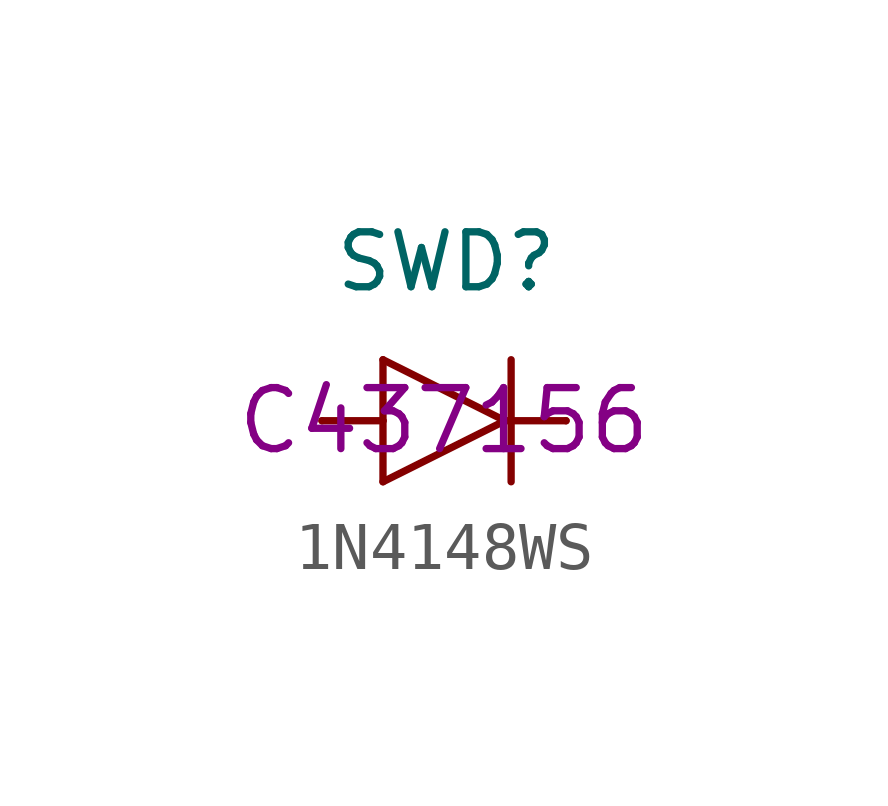
<source format=kicad_sym>
(kicad_symbol_lib
  (version 20231120)
  (generator "kicad_symbol_editor")
  (generator_version "8.0")
  (symbol "1N4148WS"
    (pin_numbers hide)
    (pin_names
      (offset 0) hide)
    (property "Reference" "SWD"
      (at -2.311 2.642 0)
      (effects (font (size 1.143 1.143)) (justify left bottom)))
    (property "LCSC Part" "C437156"
      (at 0 0 0)
      (effects (font (size 1.27 1.27))))
    (symbol "1N4148WS_1_0"
      (polyline (pts (xy -2.54 0) (xy -1.27 0)) (stroke (width 0) (type default)) (fill (type none)))
      (polyline (pts (xy -1.27 -1.27) (xy 1.27 0)) (stroke (width 0) (type default)) (fill (type none)))
      (polyline (pts (xy -1.27 0) (xy -1.27 -1.27)) (stroke (width 0) (type default)) (fill (type none)))
      (polyline (pts (xy -1.27 1.27) (xy -1.27 0)) (stroke (width 0) (type default)) (fill (type none)))
      (polyline (pts (xy 1.27 0) (xy -1.27 1.27)) (stroke (width 0) (type default)) (fill (type none)))
      (polyline (pts (xy 1.397 1.27) (xy 1.397 -1.27)) (stroke (width 0) (type default)) (fill (type none)))
      (polyline (pts (xy 2.54 0) (xy 1.27 0)) (stroke (width 0) (type default)) (fill (type none))))
    (symbol "1N4148WS_1_1"
      (pin passive line (at -2.54 0 0) (length 0) (name "A" (effects (font (size 1.016 1.016)))) (number "A" (effects (font (size 1.016 1.016)))))
      (pin passive line (at 2.54 0 180) (length 0) (name "C" (effects (font (size 1.016 1.016)))) (number "C" (effects (font (size 1.016 1.016))))))))
</source>
